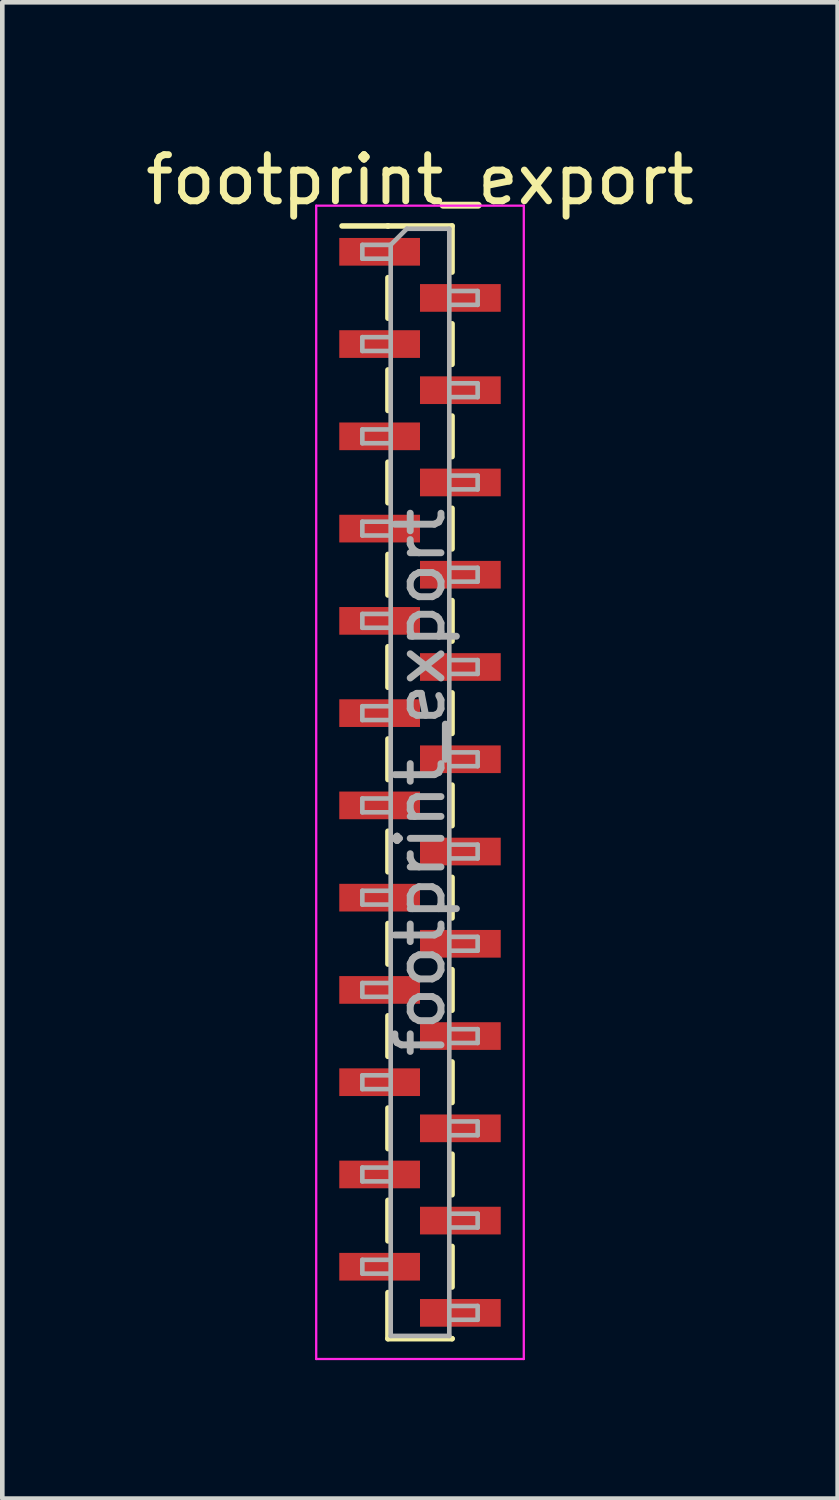
<source format=kicad_pcb>
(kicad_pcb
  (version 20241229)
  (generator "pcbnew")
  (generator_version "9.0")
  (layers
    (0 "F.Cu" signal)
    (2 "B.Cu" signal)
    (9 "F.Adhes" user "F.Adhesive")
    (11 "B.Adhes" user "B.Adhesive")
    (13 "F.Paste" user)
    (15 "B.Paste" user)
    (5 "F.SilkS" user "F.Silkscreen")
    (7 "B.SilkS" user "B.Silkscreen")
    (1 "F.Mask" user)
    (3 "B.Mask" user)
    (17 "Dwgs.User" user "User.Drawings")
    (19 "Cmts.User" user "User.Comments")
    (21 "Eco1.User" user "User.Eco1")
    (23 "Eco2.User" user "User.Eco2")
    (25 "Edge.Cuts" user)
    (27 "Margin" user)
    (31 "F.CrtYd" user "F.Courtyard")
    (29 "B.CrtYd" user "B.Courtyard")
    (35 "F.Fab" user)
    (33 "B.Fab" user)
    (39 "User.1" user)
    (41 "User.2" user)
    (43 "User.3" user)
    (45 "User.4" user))
  (footprint "footprint_export"
    (layer "F.Cu")
    (at 6.054 13.908)
    (property "Reference" "footprint_export" (at 0 -13.06 0) (layer "F.SilkS") (effects (font (size 1 1) (thickness 0.15))))
    (attr smd)
    (fp_line (start -0.695 -12.06) (end -1.69 -12.06) (stroke (width 0.12) (type solid)) (layer "F.SilkS"))
    (fp_line (start -0.695 -12.06) (end -0.695 -12.06) (stroke (width 0.12) (type solid)) (layer "F.SilkS"))
    (fp_line (start -0.695 -12.06) (end 0.695 -12.06) (stroke (width 0.12) (type solid)) (layer "F.SilkS"))
    (fp_line (start -0.695 -10.94) (end -0.695 -10.06) (stroke (width 0.12) (type solid)) (layer "F.SilkS"))
    (fp_line (start -0.695 -8.94) (end -0.695 -8.06) (stroke (width 0.12) (type solid)) (layer "F.SilkS"))
    (fp_line (start -0.695 -6.94) (end -0.695 -6.06) (stroke (width 0.12) (type solid)) (layer "F.SilkS"))
    (fp_line (start -0.695 -4.94) (end -0.695 -4.06) (stroke (width 0.12) (type solid)) (layer "F.SilkS"))
    (fp_line (start -0.695 -2.94) (end -0.695 -2.06) (stroke (width 0.12) (type solid)) (layer "F.SilkS"))
    (fp_line (start -0.695 -0.94) (end -0.695 -0.06) (stroke (width 0.12) (type solid)) (layer "F.SilkS"))
    (fp_line (start -0.695 1.06) (end -0.695 1.94) (stroke (width 0.12) (type solid)) (layer "F.SilkS"))
    (fp_line (start -0.695 3.06) (end -0.695 3.94) (stroke (width 0.12) (type solid)) (layer "F.SilkS"))
    (fp_line (start -0.695 5.06) (end -0.695 5.94) (stroke (width 0.12) (type solid)) (layer "F.SilkS"))
    (fp_line (start -0.695 7.06) (end -0.695 7.94) (stroke (width 0.12) (type solid)) (layer "F.SilkS"))
    (fp_line (start -0.695 9.06) (end -0.695 9.94) (stroke (width 0.12) (type solid)) (layer "F.SilkS"))
    (fp_line (start -0.695 11.06) (end -0.695 12.06) (stroke (width 0.12) (type solid)) (layer "F.SilkS"))
    (fp_line (start -0.695 12.06) (end 0.695 12.06) (stroke (width 0.12) (type solid)) (layer "F.SilkS"))
    (fp_line (start 0.695 -12.06) (end 0.695 -11.06) (stroke (width 0.12) (type solid)) (layer "F.SilkS"))
    (fp_line (start 0.695 -9.94) (end 0.695 -9.06) (stroke (width 0.12) (type solid)) (layer "F.SilkS"))
    (fp_line (start 0.695 -7.94) (end 0.695 -7.06) (stroke (width 0.12) (type solid)) (layer "F.SilkS"))
    (fp_line (start 0.695 -5.94) (end 0.695 -5.06) (stroke (width 0.12) (type solid)) (layer "F.SilkS"))
    (fp_line (start 0.695 -3.94) (end 0.695 -3.06) (stroke (width 0.12) (type solid)) (layer "F.SilkS"))
    (fp_line (start 0.695 -1.94) (end 0.695 -1.06) (stroke (width 0.12) (type solid)) (layer "F.SilkS"))
    (fp_line (start 0.695 0.06) (end 0.695 0.94) (stroke (width 0.12) (type solid)) (layer "F.SilkS"))
    (fp_line (start 0.695 2.06) (end 0.695 2.94) (stroke (width 0.12) (type solid)) (layer "F.SilkS"))
    (fp_line (start 0.695 4.06) (end 0.695 4.94) (stroke (width 0.12) (type solid)) (layer "F.SilkS"))
    (fp_line (start 0.695 6.06) (end 0.695 6.94) (stroke (width 0.12) (type solid)) (layer "F.SilkS"))
    (fp_line (start 0.695 8.06) (end 0.695 8.94) (stroke (width 0.12) (type solid)) (layer "F.SilkS"))
    (fp_line (start 0.695 10.06) (end 0.695 10.94) (stroke (width 0.12) (type solid)) (layer "F.SilkS"))
    (fp_line (start 0.695 12.06) (end 0.695 12.06) (stroke (width 0.12) (type solid)) (layer "F.SilkS"))
    (fp_line (start -2.25 -12.5) (end -2.25 12.5) (stroke (width 0.05) (type solid)) (layer "F.CrtYd"))
    (fp_line (start -2.25 12.5) (end 2.25 12.5) (stroke (width 0.05) (type solid)) (layer "F.CrtYd"))
    (fp_line (start 2.25 -12.5) (end -2.25 -12.5) (stroke (width 0.05) (type solid)) (layer "F.CrtYd"))
    (fp_line (start 2.25 12.5) (end 2.25 -12.5) (stroke (width 0.05) (type solid)) (layer "F.CrtYd"))
    (fp_line (start -1.25 -11.65) (end -1.25 -11.35) (stroke (width 0.1) (type solid)) (layer "F.Fab"))
    (fp_line (start -1.25 -11.35) (end -0.635 -11.35) (stroke (width 0.1) (type solid)) (layer "F.Fab"))
    (fp_line (start -1.25 -9.65) (end -1.25 -9.35) (stroke (width 0.1) (type solid)) (layer "F.Fab"))
    (fp_line (start -1.25 -9.35) (end -0.635 -9.35) (stroke (width 0.1) (type solid)) (layer "F.Fab"))
    (fp_line (start -1.25 -7.65) (end -1.25 -7.35) (stroke (width 0.1) (type solid)) (layer "F.Fab"))
    (fp_line (start -1.25 -7.35) (end -0.635 -7.35) (stroke (width 0.1) (type solid)) (layer "F.Fab"))
    (fp_line (start -1.25 -5.65) (end -1.25 -5.35) (stroke (width 0.1) (type solid)) (layer "F.Fab"))
    (fp_line (start -1.25 -5.35) (end -0.635 -5.35) (stroke (width 0.1) (type solid)) (layer "F.Fab"))
    (fp_line (start -1.25 -3.65) (end -1.25 -3.35) (stroke (width 0.1) (type solid)) (layer "F.Fab"))
    (fp_line (start -1.25 -3.35) (end -0.635 -3.35) (stroke (width 0.1) (type solid)) (layer "F.Fab"))
    (fp_line (start -1.25 -1.65) (end -1.25 -1.35) (stroke (width 0.1) (type solid)) (layer "F.Fab"))
    (fp_line (start -1.25 -1.35) (end -0.635 -1.35) (stroke (width 0.1) (type solid)) (layer "F.Fab"))
    (fp_line (start -1.25 0.35) (end -1.25 0.65) (stroke (width 0.1) (type solid)) (layer "F.Fab"))
    (fp_line (start -1.25 0.65) (end -0.635 0.65) (stroke (width 0.1) (type solid)) (layer "F.Fab"))
    (fp_line (start -1.25 2.35) (end -1.25 2.65) (stroke (width 0.1) (type solid)) (layer "F.Fab"))
    (fp_line (start -1.25 2.65) (end -0.635 2.65) (stroke (width 0.1) (type solid)) (layer "F.Fab"))
    (fp_line (start -1.25 4.35) (end -1.25 4.65) (stroke (width 0.1) (type solid)) (layer "F.Fab"))
    (fp_line (start -1.25 4.65) (end -0.635 4.65) (stroke (width 0.1) (type solid)) (layer "F.Fab"))
    (fp_line (start -1.25 6.35) (end -1.25 6.65) (stroke (width 0.1) (type solid)) (layer "F.Fab"))
    (fp_line (start -1.25 6.65) (end -0.635 6.65) (stroke (width 0.1) (type solid)) (layer "F.Fab"))
    (fp_line (start -1.25 8.35) (end -1.25 8.65) (stroke (width 0.1) (type solid)) (layer "F.Fab"))
    (fp_line (start -1.25 8.65) (end -0.635 8.65) (stroke (width 0.1) (type solid)) (layer "F.Fab"))
    (fp_line (start -1.25 10.35) (end -1.25 10.65) (stroke (width 0.1) (type solid)) (layer "F.Fab"))
    (fp_line (start -1.25 10.65) (end -0.635 10.65) (stroke (width 0.1) (type solid)) (layer "F.Fab"))
    (fp_line (start -0.635 -11.65) (end -1.25 -11.65) (stroke (width 0.1) (type solid)) (layer "F.Fab"))
    (fp_line (start -0.635 -11.65) (end -0.285 -12) (stroke (width 0.1) (type solid)) (layer "F.Fab"))
    (fp_line (start -0.635 -9.65) (end -1.25 -9.65) (stroke (width 0.1) (type solid)) (layer "F.Fab"))
    (fp_line (start -0.635 -7.65) (end -1.25 -7.65) (stroke (width 0.1) (type solid)) (layer "F.Fab"))
    (fp_line (start -0.635 -5.65) (end -1.25 -5.65) (stroke (width 0.1) (type solid)) (layer "F.Fab"))
    (fp_line (start -0.635 -3.65) (end -1.25 -3.65) (stroke (width 0.1) (type solid)) (layer "F.Fab"))
    (fp_line (start -0.635 -1.65) (end -1.25 -1.65) (stroke (width 0.1) (type solid)) (layer "F.Fab"))
    (fp_line (start -0.635 0.35) (end -1.25 0.35) (stroke (width 0.1) (type solid)) (layer "F.Fab"))
    (fp_line (start -0.635 2.35) (end -1.25 2.35) (stroke (width 0.1) (type solid)) (layer "F.Fab"))
    (fp_line (start -0.635 4.35) (end -1.25 4.35) (stroke (width 0.1) (type solid)) (layer "F.Fab"))
    (fp_line (start -0.635 6.35) (end -1.25 6.35) (stroke (width 0.1) (type solid)) (layer "F.Fab"))
    (fp_line (start -0.635 8.35) (end -1.25 8.35) (stroke (width 0.1) (type solid)) (layer "F.Fab"))
    (fp_line (start -0.635 10.35) (end -1.25 10.35) (stroke (width 0.1) (type solid)) (layer "F.Fab"))
    (fp_line (start -0.635 12) (end -0.635 -11.65) (stroke (width 0.1) (type solid)) (layer "F.Fab"))
    (fp_line (start -0.285 -12) (end 0.635 -12) (stroke (width 0.1) (type solid)) (layer "F.Fab"))
    (fp_line (start 0.635 -12) (end 0.635 12) (stroke (width 0.1) (type solid)) (layer "F.Fab"))
    (fp_line (start 0.635 -10.65) (end 1.25 -10.65) (stroke (width 0.1) (type solid)) (layer "F.Fab"))
    (fp_line (start 0.635 -8.65) (end 1.25 -8.65) (stroke (width 0.1) (type solid)) (layer "F.Fab"))
    (fp_line (start 0.635 -6.65) (end 1.25 -6.65) (stroke (width 0.1) (type solid)) (layer "F.Fab"))
    (fp_line (start 0.635 -4.65) (end 1.25 -4.65) (stroke (width 0.1) (type solid)) (layer "F.Fab"))
    (fp_line (start 0.635 -2.65) (end 1.25 -2.65) (stroke (width 0.1) (type solid)) (layer "F.Fab"))
    (fp_line (start 0.635 -0.65) (end 1.25 -0.65) (stroke (width 0.1) (type solid)) (layer "F.Fab"))
    (fp_line (start 0.635 1.35) (end 1.25 1.35) (stroke (width 0.1) (type solid)) (layer "F.Fab"))
    (fp_line (start 0.635 3.35) (end 1.25 3.35) (stroke (width 0.1) (type solid)) (layer "F.Fab"))
    (fp_line (start 0.635 5.35) (end 1.25 5.35) (stroke (width 0.1) (type solid)) (layer "F.Fab"))
    (fp_line (start 0.635 7.35) (end 1.25 7.35) (stroke (width 0.1) (type solid)) (layer "F.Fab"))
    (fp_line (start 0.635 9.35) (end 1.25 9.35) (stroke (width 0.1) (type solid)) (layer "F.Fab"))
    (fp_line (start 0.635 11.35) (end 1.25 11.35) (stroke (width 0.1) (type solid)) (layer "F.Fab"))
    (fp_line (start 0.635 12) (end -0.635 12) (stroke (width 0.1) (type solid)) (layer "F.Fab"))
    (fp_line (start 1.25 -10.65) (end 1.25 -10.35) (stroke (width 0.1) (type solid)) (layer "F.Fab"))
    (fp_line (start 1.25 -10.35) (end 0.635 -10.35) (stroke (width 0.1) (type solid)) (layer "F.Fab"))
    (fp_line (start 1.25 -8.65) (end 1.25 -8.35) (stroke (width 0.1) (type solid)) (layer "F.Fab"))
    (fp_line (start 1.25 -8.35) (end 0.635 -8.35) (stroke (width 0.1) (type solid)) (layer "F.Fab"))
    (fp_line (start 1.25 -6.65) (end 1.25 -6.35) (stroke (width 0.1) (type solid)) (layer "F.Fab"))
    (fp_line (start 1.25 -6.35) (end 0.635 -6.35) (stroke (width 0.1) (type solid)) (layer "F.Fab"))
    (fp_line (start 1.25 -4.65) (end 1.25 -4.35) (stroke (width 0.1) (type solid)) (layer "F.Fab"))
    (fp_line (start 1.25 -4.35) (end 0.635 -4.35) (stroke (width 0.1) (type solid)) (layer "F.Fab"))
    (fp_line (start 1.25 -2.65) (end 1.25 -2.35) (stroke (width 0.1) (type solid)) (layer "F.Fab"))
    (fp_line (start 1.25 -2.35) (end 0.635 -2.35) (stroke (width 0.1) (type solid)) (layer "F.Fab"))
    (fp_line (start 1.25 -0.65) (end 1.25 -0.35) (stroke (width 0.1) (type solid)) (layer "F.Fab"))
    (fp_line (start 1.25 -0.35) (end 0.635 -0.35) (stroke (width 0.1) (type solid)) (layer "F.Fab"))
    (fp_line (start 1.25 1.35) (end 1.25 1.65) (stroke (width 0.1) (type solid)) (layer "F.Fab"))
    (fp_line (start 1.25 1.65) (end 0.635 1.65) (stroke (width 0.1) (type solid)) (layer "F.Fab"))
    (fp_line (start 1.25 3.35) (end 1.25 3.65) (stroke (width 0.1) (type solid)) (layer "F.Fab"))
    (fp_line (start 1.25 3.65) (end 0.635 3.65) (stroke (width 0.1) (type solid)) (layer "F.Fab"))
    (fp_line (start 1.25 5.35) (end 1.25 5.65) (stroke (width 0.1) (type solid)) (layer "F.Fab"))
    (fp_line (start 1.25 5.65) (end 0.635 5.65) (stroke (width 0.1) (type solid)) (layer "F.Fab"))
    (fp_line (start 1.25 7.35) (end 1.25 7.65) (stroke (width 0.1) (type solid)) (layer "F.Fab"))
    (fp_line (start 1.25 7.65) (end 0.635 7.65) (stroke (width 0.1) (type solid)) (layer "F.Fab"))
    (fp_line (start 1.25 9.35) (end 1.25 9.65) (stroke (width 0.1) (type solid)) (layer "F.Fab"))
    (fp_line (start 1.25 9.65) (end 0.635 9.65) (stroke (width 0.1) (type solid)) (layer "F.Fab"))
    (fp_line (start 1.25 11.35) (end 1.25 11.65) (stroke (width 0.1) (type solid)) (layer "F.Fab"))
    (fp_line (start 1.25 11.65) (end 0.635 11.65) (stroke (width 0.1) (type solid)) (layer "F.Fab"))
    (fp_text user "${REFERENCE}" (at 0 0 90) (layer "F.Fab") (effects (font (size 1 1) (thickness 0.15))))
    (pad "1" smd rect (at -0.875 -11.5) (size 1.75 0.6) (layers "F.Cu" "F.Mask" "F.Paste"))
    (pad "2" smd rect (at 0.875 -10.5) (size 1.75 0.6) (layers "F.Cu" "F.Mask" "F.Paste"))
    (pad "3" smd rect (at -0.875 -9.5) (size 1.75 0.6) (layers "F.Cu" "F.Mask" "F.Paste"))
    (pad "4" smd rect (at 0.875 -8.5) (size 1.75 0.6) (layers "F.Cu" "F.Mask" "F.Paste"))
    (pad "5" smd rect (at -0.875 -7.5) (size 1.75 0.6) (layers "F.Cu" "F.Mask" "F.Paste"))
    (pad "6" smd rect (at 0.875 -6.5) (size 1.75 0.6) (layers "F.Cu" "F.Mask" "F.Paste"))
    (pad "7" smd rect (at -0.875 -5.5) (size 1.75 0.6) (layers "F.Cu" "F.Mask" "F.Paste"))
    (pad "8" smd rect (at 0.875 -4.5) (size 1.75 0.6) (layers "F.Cu" "F.Mask" "F.Paste"))
    (pad "9" smd rect (at -0.875 -3.5) (size 1.75 0.6) (layers "F.Cu" "F.Mask" "F.Paste"))
    (pad "10" smd rect (at 0.875 -2.5) (size 1.75 0.6) (layers "F.Cu" "F.Mask" "F.Paste"))
    (pad "11" smd rect (at -0.875 -1.5) (size 1.75 0.6) (layers "F.Cu" "F.Mask" "F.Paste"))
    (pad "12" smd rect (at 0.875 -0.5) (size 1.75 0.6) (layers "F.Cu" "F.Mask" "F.Paste"))
    (pad "13" smd rect (at -0.875 0.5) (size 1.75 0.6) (layers "F.Cu" "F.Mask" "F.Paste"))
    (pad "14" smd rect (at 0.875 1.5) (size 1.75 0.6) (layers "F.Cu" "F.Mask" "F.Paste"))
    (pad "15" smd rect (at -0.875 2.5) (size 1.75 0.6) (layers "F.Cu" "F.Mask" "F.Paste"))
    (pad "16" smd rect (at 0.875 3.5) (size 1.75 0.6) (layers "F.Cu" "F.Mask" "F.Paste"))
    (pad "17" smd rect (at -0.875 4.5) (size 1.75 0.6) (layers "F.Cu" "F.Mask" "F.Paste"))
    (pad "18" smd rect (at 0.875 5.5) (size 1.75 0.6) (layers "F.Cu" "F.Mask" "F.Paste"))
    (pad "19" smd rect (at -0.875 6.5) (size 1.75 0.6) (layers "F.Cu" "F.Mask" "F.Paste"))
    (pad "20" smd rect (at 0.875 7.5) (size 1.75 0.6) (layers "F.Cu" "F.Mask" "F.Paste"))
    (pad "21" smd rect (at -0.875 8.5) (size 1.75 0.6) (layers "F.Cu" "F.Mask" "F.Paste"))
    (pad "22" smd rect (at 0.875 9.5) (size 1.75 0.6) (layers "F.Cu" "F.Mask" "F.Paste"))
    (pad "23" smd rect (at -0.875 10.5) (size 1.75 0.6) (layers "F.Cu" "F.Mask" "F.Paste"))
    (pad "24" smd rect (at 0.875 11.5) (size 1.75 0.6) (layers "F.Cu" "F.Mask" "F.Paste")))
  (gr_rect
    (start -3 -3)
    (end 15.107 29.433)
    (stroke (width 0.1) (type default))
    (fill no)
    (layer "Edge.Cuts")))
</source>
